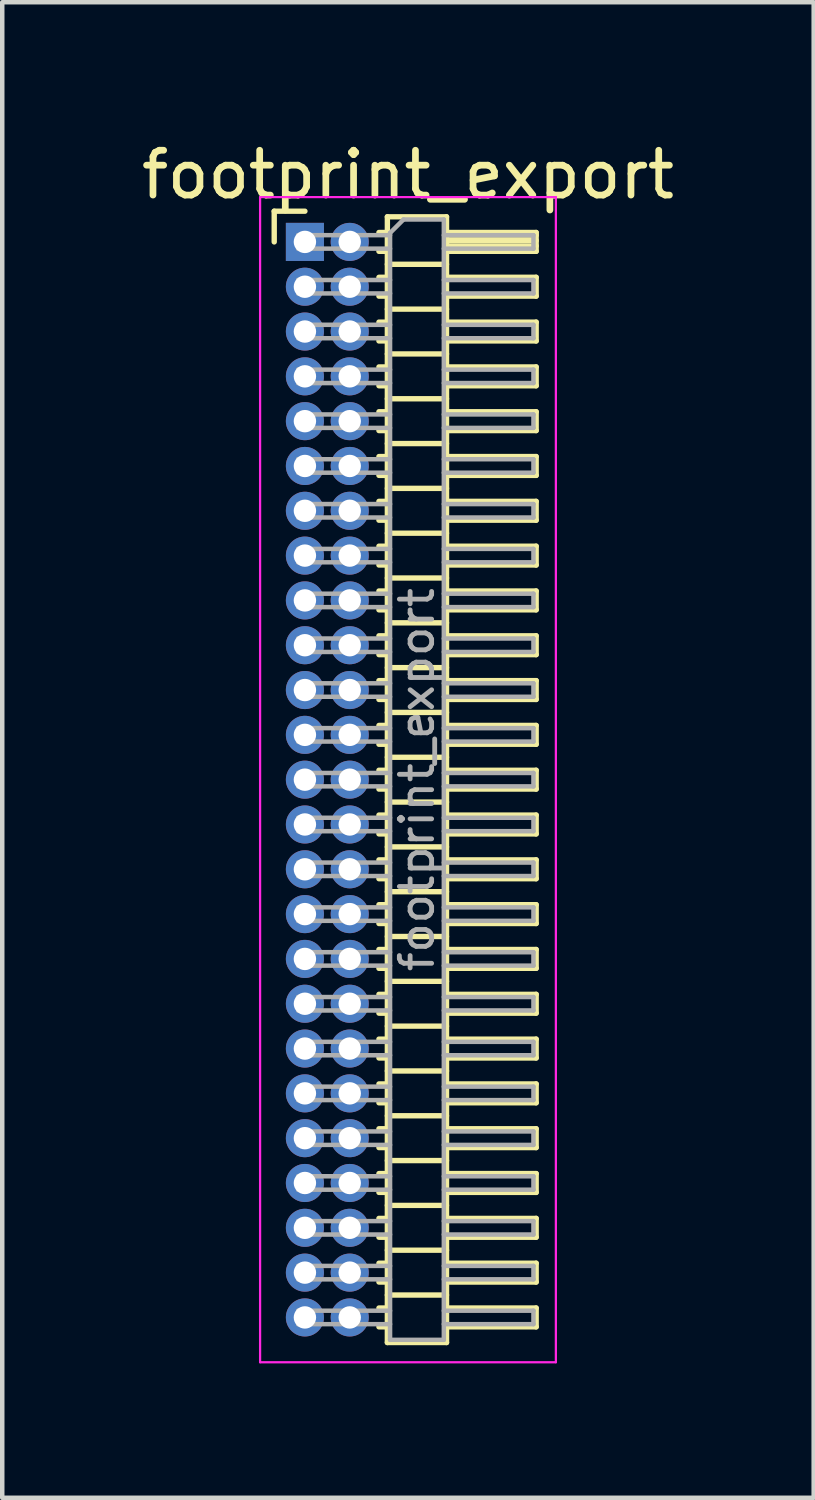
<source format=kicad_pcb>
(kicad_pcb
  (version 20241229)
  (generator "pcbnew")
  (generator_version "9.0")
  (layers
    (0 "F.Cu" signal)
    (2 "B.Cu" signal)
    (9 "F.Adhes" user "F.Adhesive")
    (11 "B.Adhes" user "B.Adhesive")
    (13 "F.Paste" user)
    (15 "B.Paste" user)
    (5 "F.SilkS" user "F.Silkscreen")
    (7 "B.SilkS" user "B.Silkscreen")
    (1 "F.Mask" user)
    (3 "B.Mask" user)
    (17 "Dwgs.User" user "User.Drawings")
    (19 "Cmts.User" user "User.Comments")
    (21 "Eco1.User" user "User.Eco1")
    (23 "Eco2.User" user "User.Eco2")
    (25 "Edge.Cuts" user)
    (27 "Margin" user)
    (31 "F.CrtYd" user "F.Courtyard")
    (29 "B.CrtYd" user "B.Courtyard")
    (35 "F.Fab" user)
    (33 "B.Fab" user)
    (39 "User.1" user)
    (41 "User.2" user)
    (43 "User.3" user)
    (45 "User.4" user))
  (footprint "footprint_export"
    (layer "F.Cu")
    (at 3.754 2.348)
    (property "Reference" "footprint_export" (at 2.3 -1.5 0) (layer "F.SilkS") (effects (font (size 1 1) (thickness 0.15))))
    (attr through_hole)
    (fp_line (start -0.685 -0.685) (end 0 -0.685) (stroke (width 0.12) (type solid)) (layer "F.SilkS"))
    (fp_line (start -0.685 0) (end -0.685 -0.685) (stroke (width 0.12) (type solid)) (layer "F.SilkS"))
    (fp_line (start 1.652 -0.21) (end 1.84 -0.21) (stroke (width 0.12) (type solid)) (layer "F.SilkS"))
    (fp_line (start 1.652 0.21) (end 1.84 0.21) (stroke (width 0.12) (type solid)) (layer "F.SilkS"))
    (fp_line (start 1.652 0.79) (end 1.84 0.79) (stroke (width 0.12) (type solid)) (layer "F.SilkS"))
    (fp_line (start 1.652 1.21) (end 1.84 1.21) (stroke (width 0.12) (type solid)) (layer "F.SilkS"))
    (fp_line (start 1.652 1.79) (end 1.84 1.79) (stroke (width 0.12) (type solid)) (layer "F.SilkS"))
    (fp_line (start 1.652 2.21) (end 1.84 2.21) (stroke (width 0.12) (type solid)) (layer "F.SilkS"))
    (fp_line (start 1.652 2.79) (end 1.84 2.79) (stroke (width 0.12) (type solid)) (layer "F.SilkS"))
    (fp_line (start 1.652 3.21) (end 1.84 3.21) (stroke (width 0.12) (type solid)) (layer "F.SilkS"))
    (fp_line (start 1.652 3.79) (end 1.84 3.79) (stroke (width 0.12) (type solid)) (layer "F.SilkS"))
    (fp_line (start 1.652 4.21) (end 1.84 4.21) (stroke (width 0.12) (type solid)) (layer "F.SilkS"))
    (fp_line (start 1.652 4.79) (end 1.84 4.79) (stroke (width 0.12) (type solid)) (layer "F.SilkS"))
    (fp_line (start 1.652 5.21) (end 1.84 5.21) (stroke (width 0.12) (type solid)) (layer "F.SilkS"))
    (fp_line (start 1.652 5.79) (end 1.84 5.79) (stroke (width 0.12) (type solid)) (layer "F.SilkS"))
    (fp_line (start 1.652 6.21) (end 1.84 6.21) (stroke (width 0.12) (type solid)) (layer "F.SilkS"))
    (fp_line (start 1.652 6.79) (end 1.84 6.79) (stroke (width 0.12) (type solid)) (layer "F.SilkS"))
    (fp_line (start 1.652 7.21) (end 1.84 7.21) (stroke (width 0.12) (type solid)) (layer "F.SilkS"))
    (fp_line (start 1.652 7.79) (end 1.84 7.79) (stroke (width 0.12) (type solid)) (layer "F.SilkS"))
    (fp_line (start 1.652 8.21) (end 1.84 8.21) (stroke (width 0.12) (type solid)) (layer "F.SilkS"))
    (fp_line (start 1.652 8.79) (end 1.84 8.79) (stroke (width 0.12) (type solid)) (layer "F.SilkS"))
    (fp_line (start 1.652 9.21) (end 1.84 9.21) (stroke (width 0.12) (type solid)) (layer "F.SilkS"))
    (fp_line (start 1.652 9.79) (end 1.84 9.79) (stroke (width 0.12) (type solid)) (layer "F.SilkS"))
    (fp_line (start 1.652 10.21) (end 1.84 10.21) (stroke (width 0.12) (type solid)) (layer "F.SilkS"))
    (fp_line (start 1.652 10.79) (end 1.84 10.79) (stroke (width 0.12) (type solid)) (layer "F.SilkS"))
    (fp_line (start 1.652 11.21) (end 1.84 11.21) (stroke (width 0.12) (type solid)) (layer "F.SilkS"))
    (fp_line (start 1.652 11.79) (end 1.84 11.79) (stroke (width 0.12) (type solid)) (layer "F.SilkS"))
    (fp_line (start 1.652 12.21) (end 1.84 12.21) (stroke (width 0.12) (type solid)) (layer "F.SilkS"))
    (fp_line (start 1.652 12.79) (end 1.84 12.79) (stroke (width 0.12) (type solid)) (layer "F.SilkS"))
    (fp_line (start 1.652 13.21) (end 1.84 13.21) (stroke (width 0.12) (type solid)) (layer "F.SilkS"))
    (fp_line (start 1.652 13.79) (end 1.84 13.79) (stroke (width 0.12) (type solid)) (layer "F.SilkS"))
    (fp_line (start 1.652 14.21) (end 1.84 14.21) (stroke (width 0.12) (type solid)) (layer "F.SilkS"))
    (fp_line (start 1.652 14.79) (end 1.84 14.79) (stroke (width 0.12) (type solid)) (layer "F.SilkS"))
    (fp_line (start 1.652 15.21) (end 1.84 15.21) (stroke (width 0.12) (type solid)) (layer "F.SilkS"))
    (fp_line (start 1.652 15.79) (end 1.84 15.79) (stroke (width 0.12) (type solid)) (layer "F.SilkS"))
    (fp_line (start 1.652 16.21) (end 1.84 16.21) (stroke (width 0.12) (type solid)) (layer "F.SilkS"))
    (fp_line (start 1.652 16.79) (end 1.84 16.79) (stroke (width 0.12) (type solid)) (layer "F.SilkS"))
    (fp_line (start 1.652 17.21) (end 1.84 17.21) (stroke (width 0.12) (type solid)) (layer "F.SilkS"))
    (fp_line (start 1.652 17.79) (end 1.84 17.79) (stroke (width 0.12) (type solid)) (layer "F.SilkS"))
    (fp_line (start 1.652 18.21) (end 1.84 18.21) (stroke (width 0.12) (type solid)) (layer "F.SilkS"))
    (fp_line (start 1.652 18.79) (end 1.84 18.79) (stroke (width 0.12) (type solid)) (layer "F.SilkS"))
    (fp_line (start 1.652 19.21) (end 1.84 19.21) (stroke (width 0.12) (type solid)) (layer "F.SilkS"))
    (fp_line (start 1.652 19.79) (end 1.84 19.79) (stroke (width 0.12) (type solid)) (layer "F.SilkS"))
    (fp_line (start 1.652 20.21) (end 1.84 20.21) (stroke (width 0.12) (type solid)) (layer "F.SilkS"))
    (fp_line (start 1.652 20.79) (end 1.84 20.79) (stroke (width 0.12) (type solid)) (layer "F.SilkS"))
    (fp_line (start 1.652 21.21) (end 1.84 21.21) (stroke (width 0.12) (type solid)) (layer "F.SilkS"))
    (fp_line (start 1.652 21.79) (end 1.84 21.79) (stroke (width 0.12) (type solid)) (layer "F.SilkS"))
    (fp_line (start 1.652 22.21) (end 1.84 22.21) (stroke (width 0.12) (type solid)) (layer "F.SilkS"))
    (fp_line (start 1.652 22.79) (end 1.84 22.79) (stroke (width 0.12) (type solid)) (layer "F.SilkS"))
    (fp_line (start 1.652 23.21) (end 1.84 23.21) (stroke (width 0.12) (type solid)) (layer "F.SilkS"))
    (fp_line (start 1.652 23.79) (end 1.84 23.79) (stroke (width 0.12) (type solid)) (layer "F.SilkS"))
    (fp_line (start 1.652 24.21) (end 1.84 24.21) (stroke (width 0.12) (type solid)) (layer "F.SilkS"))
    (fp_line (start 1.84 -0.56) (end 1.84 24.56) (stroke (width 0.12) (type solid)) (layer "F.SilkS"))
    (fp_line (start 1.84 0.5) (end 3.16 0.5) (stroke (width 0.12) (type solid)) (layer "F.SilkS"))
    (fp_line (start 1.84 1.5) (end 3.16 1.5) (stroke (width 0.12) (type solid)) (layer "F.SilkS"))
    (fp_line (start 1.84 2.5) (end 3.16 2.5) (stroke (width 0.12) (type solid)) (layer "F.SilkS"))
    (fp_line (start 1.84 3.5) (end 3.16 3.5) (stroke (width 0.12) (type solid)) (layer "F.SilkS"))
    (fp_line (start 1.84 4.5) (end 3.16 4.5) (stroke (width 0.12) (type solid)) (layer "F.SilkS"))
    (fp_line (start 1.84 5.5) (end 3.16 5.5) (stroke (width 0.12) (type solid)) (layer "F.SilkS"))
    (fp_line (start 1.84 6.5) (end 3.16 6.5) (stroke (width 0.12) (type solid)) (layer "F.SilkS"))
    (fp_line (start 1.84 7.5) (end 3.16 7.5) (stroke (width 0.12) (type solid)) (layer "F.SilkS"))
    (fp_line (start 1.84 8.5) (end 3.16 8.5) (stroke (width 0.12) (type solid)) (layer "F.SilkS"))
    (fp_line (start 1.84 9.5) (end 3.16 9.5) (stroke (width 0.12) (type solid)) (layer "F.SilkS"))
    (fp_line (start 1.84 10.5) (end 3.16 10.5) (stroke (width 0.12) (type solid)) (layer "F.SilkS"))
    (fp_line (start 1.84 11.5) (end 3.16 11.5) (stroke (width 0.12) (type solid)) (layer "F.SilkS"))
    (fp_line (start 1.84 12.5) (end 3.16 12.5) (stroke (width 0.12) (type solid)) (layer "F.SilkS"))
    (fp_line (start 1.84 13.5) (end 3.16 13.5) (stroke (width 0.12) (type solid)) (layer "F.SilkS"))
    (fp_line (start 1.84 14.5) (end 3.16 14.5) (stroke (width 0.12) (type solid)) (layer "F.SilkS"))
    (fp_line (start 1.84 15.5) (end 3.16 15.5) (stroke (width 0.12) (type solid)) (layer "F.SilkS"))
    (fp_line (start 1.84 16.5) (end 3.16 16.5) (stroke (width 0.12) (type solid)) (layer "F.SilkS"))
    (fp_line (start 1.84 17.5) (end 3.16 17.5) (stroke (width 0.12) (type solid)) (layer "F.SilkS"))
    (fp_line (start 1.84 18.5) (end 3.16 18.5) (stroke (width 0.12) (type solid)) (layer "F.SilkS"))
    (fp_line (start 1.84 19.5) (end 3.16 19.5) (stroke (width 0.12) (type solid)) (layer "F.SilkS"))
    (fp_line (start 1.84 20.5) (end 3.16 20.5) (stroke (width 0.12) (type solid)) (layer "F.SilkS"))
    (fp_line (start 1.84 21.5) (end 3.16 21.5) (stroke (width 0.12) (type solid)) (layer "F.SilkS"))
    (fp_line (start 1.84 22.5) (end 3.16 22.5) (stroke (width 0.12) (type solid)) (layer "F.SilkS"))
    (fp_line (start 1.84 23.5) (end 3.16 23.5) (stroke (width 0.12) (type solid)) (layer "F.SilkS"))
    (fp_line (start 1.84 24.56) (end 3.16 24.56) (stroke (width 0.12) (type solid)) (layer "F.SilkS"))
    (fp_line (start 3.16 -0.56) (end 1.84 -0.56) (stroke (width 0.12) (type solid)) (layer "F.SilkS"))
    (fp_line (start 3.16 -0.21) (end 5.16 -0.21) (stroke (width 0.12) (type solid)) (layer "F.SilkS"))
    (fp_line (start 3.16 -0.15) (end 5.16 -0.15) (stroke (width 0.12) (type solid)) (layer "F.SilkS"))
    (fp_line (start 3.16 -0.03) (end 5.16 -0.03) (stroke (width 0.12) (type solid)) (layer "F.SilkS"))
    (fp_line (start 3.16 0.09) (end 5.16 0.09) (stroke (width 0.12) (type solid)) (layer "F.SilkS"))
    (fp_line (start 3.16 0.79) (end 5.16 0.79) (stroke (width 0.12) (type solid)) (layer "F.SilkS"))
    (fp_line (start 3.16 1.79) (end 5.16 1.79) (stroke (width 0.12) (type solid)) (layer "F.SilkS"))
    (fp_line (start 3.16 2.79) (end 5.16 2.79) (stroke (width 0.12) (type solid)) (layer "F.SilkS"))
    (fp_line (start 3.16 3.79) (end 5.16 3.79) (stroke (width 0.12) (type solid)) (layer "F.SilkS"))
    (fp_line (start 3.16 4.79) (end 5.16 4.79) (stroke (width 0.12) (type solid)) (layer "F.SilkS"))
    (fp_line (start 3.16 5.79) (end 5.16 5.79) (stroke (width 0.12) (type solid)) (layer "F.SilkS"))
    (fp_line (start 3.16 6.79) (end 5.16 6.79) (stroke (width 0.12) (type solid)) (layer "F.SilkS"))
    (fp_line (start 3.16 7.79) (end 5.16 7.79) (stroke (width 0.12) (type solid)) (layer "F.SilkS"))
    (fp_line (start 3.16 8.79) (end 5.16 8.79) (stroke (width 0.12) (type solid)) (layer "F.SilkS"))
    (fp_line (start 3.16 9.79) (end 5.16 9.79) (stroke (width 0.12) (type solid)) (layer "F.SilkS"))
    (fp_line (start 3.16 10.79) (end 5.16 10.79) (stroke (width 0.12) (type solid)) (layer "F.SilkS"))
    (fp_line (start 3.16 11.79) (end 5.16 11.79) (stroke (width 0.12) (type solid)) (layer "F.SilkS"))
    (fp_line (start 3.16 12.79) (end 5.16 12.79) (stroke (width 0.12) (type solid)) (layer "F.SilkS"))
    (fp_line (start 3.16 13.79) (end 5.16 13.79) (stroke (width 0.12) (type solid)) (layer "F.SilkS"))
    (fp_line (start 3.16 14.79) (end 5.16 14.79) (stroke (width 0.12) (type solid)) (layer "F.SilkS"))
    (fp_line (start 3.16 15.79) (end 5.16 15.79) (stroke (width 0.12) (type solid)) (layer "F.SilkS"))
    (fp_line (start 3.16 16.79) (end 5.16 16.79) (stroke (width 0.12) (type solid)) (layer "F.SilkS"))
    (fp_line (start 3.16 17.79) (end 5.16 17.79) (stroke (width 0.12) (type solid)) (layer "F.SilkS"))
    (fp_line (start 3.16 18.79) (end 5.16 18.79) (stroke (width 0.12) (type solid)) (layer "F.SilkS"))
    (fp_line (start 3.16 19.79) (end 5.16 19.79) (stroke (width 0.12) (type solid)) (layer "F.SilkS"))
    (fp_line (start 3.16 20.79) (end 5.16 20.79) (stroke (width 0.12) (type solid)) (layer "F.SilkS"))
    (fp_line (start 3.16 21.79) (end 5.16 21.79) (stroke (width 0.12) (type solid)) (layer "F.SilkS"))
    (fp_line (start 3.16 22.79) (end 5.16 22.79) (stroke (width 0.12) (type solid)) (layer "F.SilkS"))
    (fp_line (start 3.16 23.79) (end 5.16 23.79) (stroke (width 0.12) (type solid)) (layer "F.SilkS"))
    (fp_line (start 3.16 24.56) (end 3.16 -0.56) (stroke (width 0.12) (type solid)) (layer "F.SilkS"))
    (fp_line (start 5.16 -0.21) (end 5.16 0.21) (stroke (width 0.12) (type solid)) (layer "F.SilkS"))
    (fp_line (start 5.16 0.21) (end 3.16 0.21) (stroke (width 0.12) (type solid)) (layer "F.SilkS"))
    (fp_line (start 5.16 0.79) (end 5.16 1.21) (stroke (width 0.12) (type solid)) (layer "F.SilkS"))
    (fp_line (start 5.16 1.21) (end 3.16 1.21) (stroke (width 0.12) (type solid)) (layer "F.SilkS"))
    (fp_line (start 5.16 1.79) (end 5.16 2.21) (stroke (width 0.12) (type solid)) (layer "F.SilkS"))
    (fp_line (start 5.16 2.21) (end 3.16 2.21) (stroke (width 0.12) (type solid)) (layer "F.SilkS"))
    (fp_line (start 5.16 2.79) (end 5.16 3.21) (stroke (width 0.12) (type solid)) (layer "F.SilkS"))
    (fp_line (start 5.16 3.21) (end 3.16 3.21) (stroke (width 0.12) (type solid)) (layer "F.SilkS"))
    (fp_line (start 5.16 3.79) (end 5.16 4.21) (stroke (width 0.12) (type solid)) (layer "F.SilkS"))
    (fp_line (start 5.16 4.21) (end 3.16 4.21) (stroke (width 0.12) (type solid)) (layer "F.SilkS"))
    (fp_line (start 5.16 4.79) (end 5.16 5.21) (stroke (width 0.12) (type solid)) (layer "F.SilkS"))
    (fp_line (start 5.16 5.21) (end 3.16 5.21) (stroke (width 0.12) (type solid)) (layer "F.SilkS"))
    (fp_line (start 5.16 5.79) (end 5.16 6.21) (stroke (width 0.12) (type solid)) (layer "F.SilkS"))
    (fp_line (start 5.16 6.21) (end 3.16 6.21) (stroke (width 0.12) (type solid)) (layer "F.SilkS"))
    (fp_line (start 5.16 6.79) (end 5.16 7.21) (stroke (width 0.12) (type solid)) (layer "F.SilkS"))
    (fp_line (start 5.16 7.21) (end 3.16 7.21) (stroke (width 0.12) (type solid)) (layer "F.SilkS"))
    (fp_line (start 5.16 7.79) (end 5.16 8.21) (stroke (width 0.12) (type solid)) (layer "F.SilkS"))
    (fp_line (start 5.16 8.21) (end 3.16 8.21) (stroke (width 0.12) (type solid)) (layer "F.SilkS"))
    (fp_line (start 5.16 8.79) (end 5.16 9.21) (stroke (width 0.12) (type solid)) (layer "F.SilkS"))
    (fp_line (start 5.16 9.21) (end 3.16 9.21) (stroke (width 0.12) (type solid)) (layer "F.SilkS"))
    (fp_line (start 5.16 9.79) (end 5.16 10.21) (stroke (width 0.12) (type solid)) (layer "F.SilkS"))
    (fp_line (start 5.16 10.21) (end 3.16 10.21) (stroke (width 0.12) (type solid)) (layer "F.SilkS"))
    (fp_line (start 5.16 10.79) (end 5.16 11.21) (stroke (width 0.12) (type solid)) (layer "F.SilkS"))
    (fp_line (start 5.16 11.21) (end 3.16 11.21) (stroke (width 0.12) (type solid)) (layer "F.SilkS"))
    (fp_line (start 5.16 11.79) (end 5.16 12.21) (stroke (width 0.12) (type solid)) (layer "F.SilkS"))
    (fp_line (start 5.16 12.21) (end 3.16 12.21) (stroke (width 0.12) (type solid)) (layer "F.SilkS"))
    (fp_line (start 5.16 12.79) (end 5.16 13.21) (stroke (width 0.12) (type solid)) (layer "F.SilkS"))
    (fp_line (start 5.16 13.21) (end 3.16 13.21) (stroke (width 0.12) (type solid)) (layer "F.SilkS"))
    (fp_line (start 5.16 13.79) (end 5.16 14.21) (stroke (width 0.12) (type solid)) (layer "F.SilkS"))
    (fp_line (start 5.16 14.21) (end 3.16 14.21) (stroke (width 0.12) (type solid)) (layer "F.SilkS"))
    (fp_line (start 5.16 14.79) (end 5.16 15.21) (stroke (width 0.12) (type solid)) (layer "F.SilkS"))
    (fp_line (start 5.16 15.21) (end 3.16 15.21) (stroke (width 0.12) (type solid)) (layer "F.SilkS"))
    (fp_line (start 5.16 15.79) (end 5.16 16.21) (stroke (width 0.12) (type solid)) (layer "F.SilkS"))
    (fp_line (start 5.16 16.21) (end 3.16 16.21) (stroke (width 0.12) (type solid)) (layer "F.SilkS"))
    (fp_line (start 5.16 16.79) (end 5.16 17.21) (stroke (width 0.12) (type solid)) (layer "F.SilkS"))
    (fp_line (start 5.16 17.21) (end 3.16 17.21) (stroke (width 0.12) (type solid)) (layer "F.SilkS"))
    (fp_line (start 5.16 17.79) (end 5.16 18.21) (stroke (width 0.12) (type solid)) (layer "F.SilkS"))
    (fp_line (start 5.16 18.21) (end 3.16 18.21) (stroke (width 0.12) (type solid)) (layer "F.SilkS"))
    (fp_line (start 5.16 18.79) (end 5.16 19.21) (stroke (width 0.12) (type solid)) (layer "F.SilkS"))
    (fp_line (start 5.16 19.21) (end 3.16 19.21) (stroke (width 0.12) (type solid)) (layer "F.SilkS"))
    (fp_line (start 5.16 19.79) (end 5.16 20.21) (stroke (width 0.12) (type solid)) (layer "F.SilkS"))
    (fp_line (start 5.16 20.21) (end 3.16 20.21) (stroke (width 0.12) (type solid)) (layer "F.SilkS"))
    (fp_line (start 5.16 20.79) (end 5.16 21.21) (stroke (width 0.12) (type solid)) (layer "F.SilkS"))
    (fp_line (start 5.16 21.21) (end 3.16 21.21) (stroke (width 0.12) (type solid)) (layer "F.SilkS"))
    (fp_line (start 5.16 21.79) (end 5.16 22.21) (stroke (width 0.12) (type solid)) (layer "F.SilkS"))
    (fp_line (start 5.16 22.21) (end 3.16 22.21) (stroke (width 0.12) (type solid)) (layer "F.SilkS"))
    (fp_line (start 5.16 22.79) (end 5.16 23.21) (stroke (width 0.12) (type solid)) (layer "F.SilkS"))
    (fp_line (start 5.16 23.21) (end 3.16 23.21) (stroke (width 0.12) (type solid)) (layer "F.SilkS"))
    (fp_line (start 5.16 23.79) (end 5.16 24.21) (stroke (width 0.12) (type solid)) (layer "F.SilkS"))
    (fp_line (start 5.16 24.21) (end 3.16 24.21) (stroke (width 0.12) (type solid)) (layer "F.SilkS"))
    (fp_line (start -1 -1) (end -1 25) (stroke (width 0.05) (type solid)) (layer "F.CrtYd"))
    (fp_line (start -1 25) (end 5.6 25) (stroke (width 0.05) (type solid)) (layer "F.CrtYd"))
    (fp_line (start 5.6 -1) (end -1 -1) (stroke (width 0.05) (type solid)) (layer "F.CrtYd"))
    (fp_line (start 5.6 25) (end 5.6 -1) (stroke (width 0.05) (type solid)) (layer "F.CrtYd"))
    (fp_line (start -0.15 -0.15) (end -0.15 0.15) (stroke (width 0.1) (type solid)) (layer "F.Fab"))
    (fp_line (start -0.15 -0.15) (end 1.9 -0.15) (stroke (width 0.1) (type solid)) (layer "F.Fab"))
    (fp_line (start -0.15 0.15) (end 1.9 0.15) (stroke (width 0.1) (type solid)) (layer "F.Fab"))
    (fp_line (start -0.15 0.85) (end -0.15 1.15) (stroke (width 0.1) (type solid)) (layer "F.Fab"))
    (fp_line (start -0.15 0.85) (end 1.9 0.85) (stroke (width 0.1) (type solid)) (layer "F.Fab"))
    (fp_line (start -0.15 1.15) (end 1.9 1.15) (stroke (width 0.1) (type solid)) (layer "F.Fab"))
    (fp_line (start -0.15 1.85) (end -0.15 2.15) (stroke (width 0.1) (type solid)) (layer "F.Fab"))
    (fp_line (start -0.15 1.85) (end 1.9 1.85) (stroke (width 0.1) (type solid)) (layer "F.Fab"))
    (fp_line (start -0.15 2.15) (end 1.9 2.15) (stroke (width 0.1) (type solid)) (layer "F.Fab"))
    (fp_line (start -0.15 2.85) (end -0.15 3.15) (stroke (width 0.1) (type solid)) (layer "F.Fab"))
    (fp_line (start -0.15 2.85) (end 1.9 2.85) (stroke (width 0.1) (type solid)) (layer "F.Fab"))
    (fp_line (start -0.15 3.15) (end 1.9 3.15) (stroke (width 0.1) (type solid)) (layer "F.Fab"))
    (fp_line (start -0.15 3.85) (end -0.15 4.15) (stroke (width 0.1) (type solid)) (layer "F.Fab"))
    (fp_line (start -0.15 3.85) (end 1.9 3.85) (stroke (width 0.1) (type solid)) (layer "F.Fab"))
    (fp_line (start -0.15 4.15) (end 1.9 4.15) (stroke (width 0.1) (type solid)) (layer "F.Fab"))
    (fp_line (start -0.15 4.85) (end -0.15 5.15) (stroke (width 0.1) (type solid)) (layer "F.Fab"))
    (fp_line (start -0.15 4.85) (end 1.9 4.85) (stroke (width 0.1) (type solid)) (layer "F.Fab"))
    (fp_line (start -0.15 5.15) (end 1.9 5.15) (stroke (width 0.1) (type solid)) (layer "F.Fab"))
    (fp_line (start -0.15 5.85) (end -0.15 6.15) (stroke (width 0.1) (type solid)) (layer "F.Fab"))
    (fp_line (start -0.15 5.85) (end 1.9 5.85) (stroke (width 0.1) (type solid)) (layer "F.Fab"))
    (fp_line (start -0.15 6.15) (end 1.9 6.15) (stroke (width 0.1) (type solid)) (layer "F.Fab"))
    (fp_line (start -0.15 6.85) (end -0.15 7.15) (stroke (width 0.1) (type solid)) (layer "F.Fab"))
    (fp_line (start -0.15 6.85) (end 1.9 6.85) (stroke (width 0.1) (type solid)) (layer "F.Fab"))
    (fp_line (start -0.15 7.15) (end 1.9 7.15) (stroke (width 0.1) (type solid)) (layer "F.Fab"))
    (fp_line (start -0.15 7.85) (end -0.15 8.15) (stroke (width 0.1) (type solid)) (layer "F.Fab"))
    (fp_line (start -0.15 7.85) (end 1.9 7.85) (stroke (width 0.1) (type solid)) (layer "F.Fab"))
    (fp_line (start -0.15 8.15) (end 1.9 8.15) (stroke (width 0.1) (type solid)) (layer "F.Fab"))
    (fp_line (start -0.15 8.85) (end -0.15 9.15) (stroke (width 0.1) (type solid)) (layer "F.Fab"))
    (fp_line (start -0.15 8.85) (end 1.9 8.85) (stroke (width 0.1) (type solid)) (layer "F.Fab"))
    (fp_line (start -0.15 9.15) (end 1.9 9.15) (stroke (width 0.1) (type solid)) (layer "F.Fab"))
    (fp_line (start -0.15 9.85) (end -0.15 10.15) (stroke (width 0.1) (type solid)) (layer "F.Fab"))
    (fp_line (start -0.15 9.85) (end 1.9 9.85) (stroke (width 0.1) (type solid)) (layer "F.Fab"))
    (fp_line (start -0.15 10.15) (end 1.9 10.15) (stroke (width 0.1) (type solid)) (layer "F.Fab"))
    (fp_line (start -0.15 10.85) (end -0.15 11.15) (stroke (width 0.1) (type solid)) (layer "F.Fab"))
    (fp_line (start -0.15 10.85) (end 1.9 10.85) (stroke (width 0.1) (type solid)) (layer "F.Fab"))
    (fp_line (start -0.15 11.15) (end 1.9 11.15) (stroke (width 0.1) (type solid)) (layer "F.Fab"))
    (fp_line (start -0.15 11.85) (end -0.15 12.15) (stroke (width 0.1) (type solid)) (layer "F.Fab"))
    (fp_line (start -0.15 11.85) (end 1.9 11.85) (stroke (width 0.1) (type solid)) (layer "F.Fab"))
    (fp_line (start -0.15 12.15) (end 1.9 12.15) (stroke (width 0.1) (type solid)) (layer "F.Fab"))
    (fp_line (start -0.15 12.85) (end -0.15 13.15) (stroke (width 0.1) (type solid)) (layer "F.Fab"))
    (fp_line (start -0.15 12.85) (end 1.9 12.85) (stroke (width 0.1) (type solid)) (layer "F.Fab"))
    (fp_line (start -0.15 13.15) (end 1.9 13.15) (stroke (width 0.1) (type solid)) (layer "F.Fab"))
    (fp_line (start -0.15 13.85) (end -0.15 14.15) (stroke (width 0.1) (type solid)) (layer "F.Fab"))
    (fp_line (start -0.15 13.85) (end 1.9 13.85) (stroke (width 0.1) (type solid)) (layer "F.Fab"))
    (fp_line (start -0.15 14.15) (end 1.9 14.15) (stroke (width 0.1) (type solid)) (layer "F.Fab"))
    (fp_line (start -0.15 14.85) (end -0.15 15.15) (stroke (width 0.1) (type solid)) (layer "F.Fab"))
    (fp_line (start -0.15 14.85) (end 1.9 14.85) (stroke (width 0.1) (type solid)) (layer "F.Fab"))
    (fp_line (start -0.15 15.15) (end 1.9 15.15) (stroke (width 0.1) (type solid)) (layer "F.Fab"))
    (fp_line (start -0.15 15.85) (end -0.15 16.15) (stroke (width 0.1) (type solid)) (layer "F.Fab"))
    (fp_line (start -0.15 15.85) (end 1.9 15.85) (stroke (width 0.1) (type solid)) (layer "F.Fab"))
    (fp_line (start -0.15 16.15) (end 1.9 16.15) (stroke (width 0.1) (type solid)) (layer "F.Fab"))
    (fp_line (start -0.15 16.85) (end -0.15 17.15) (stroke (width 0.1) (type solid)) (layer "F.Fab"))
    (fp_line (start -0.15 16.85) (end 1.9 16.85) (stroke (width 0.1) (type solid)) (layer "F.Fab"))
    (fp_line (start -0.15 17.15) (end 1.9 17.15) (stroke (width 0.1) (type solid)) (layer "F.Fab"))
    (fp_line (start -0.15 17.85) (end -0.15 18.15) (stroke (width 0.1) (type solid)) (layer "F.Fab"))
    (fp_line (start -0.15 17.85) (end 1.9 17.85) (stroke (width 0.1) (type solid)) (layer "F.Fab"))
    (fp_line (start -0.15 18.15) (end 1.9 18.15) (stroke (width 0.1) (type solid)) (layer "F.Fab"))
    (fp_line (start -0.15 18.85) (end -0.15 19.15) (stroke (width 0.1) (type solid)) (layer "F.Fab"))
    (fp_line (start -0.15 18.85) (end 1.9 18.85) (stroke (width 0.1) (type solid)) (layer "F.Fab"))
    (fp_line (start -0.15 19.15) (end 1.9 19.15) (stroke (width 0.1) (type solid)) (layer "F.Fab"))
    (fp_line (start -0.15 19.85) (end -0.15 20.15) (stroke (width 0.1) (type solid)) (layer "F.Fab"))
    (fp_line (start -0.15 19.85) (end 1.9 19.85) (stroke (width 0.1) (type solid)) (layer "F.Fab"))
    (fp_line (start -0.15 20.15) (end 1.9 20.15) (stroke (width 0.1) (type solid)) (layer "F.Fab"))
    (fp_line (start -0.15 20.85) (end -0.15 21.15) (stroke (width 0.1) (type solid)) (layer "F.Fab"))
    (fp_line (start -0.15 20.85) (end 1.9 20.85) (stroke (width 0.1) (type solid)) (layer "F.Fab"))
    (fp_line (start -0.15 21.15) (end 1.9 21.15) (stroke (width 0.1) (type solid)) (layer "F.Fab"))
    (fp_line (start -0.15 21.85) (end -0.15 22.15) (stroke (width 0.1) (type solid)) (layer "F.Fab"))
    (fp_line (start -0.15 21.85) (end 1.9 21.85) (stroke (width 0.1) (type solid)) (layer "F.Fab"))
    (fp_line (start -0.15 22.15) (end 1.9 22.15) (stroke (width 0.1) (type solid)) (layer "F.Fab"))
    (fp_line (start -0.15 22.85) (end -0.15 23.15) (stroke (width 0.1) (type solid)) (layer "F.Fab"))
    (fp_line (start -0.15 22.85) (end 1.9 22.85) (stroke (width 0.1) (type solid)) (layer "F.Fab"))
    (fp_line (start -0.15 23.15) (end 1.9 23.15) (stroke (width 0.1) (type solid)) (layer "F.Fab"))
    (fp_line (start -0.15 23.85) (end -0.15 24.15) (stroke (width 0.1) (type solid)) (layer "F.Fab"))
    (fp_line (start -0.15 23.85) (end 1.9 23.85) (stroke (width 0.1) (type solid)) (layer "F.Fab"))
    (fp_line (start -0.15 24.15) (end 1.9 24.15) (stroke (width 0.1) (type solid)) (layer "F.Fab"))
    (fp_line (start 1.9 -0.2) (end 2.2 -0.5) (stroke (width 0.1) (type solid)) (layer "F.Fab"))
    (fp_line (start 1.9 24.5) (end 1.9 -0.2) (stroke (width 0.1) (type solid)) (layer "F.Fab"))
    (fp_line (start 2.2 -0.5) (end 3.1 -0.5) (stroke (width 0.1) (type solid)) (layer "F.Fab"))
    (fp_line (start 3.1 -0.5) (end 3.1 24.5) (stroke (width 0.1) (type solid)) (layer "F.Fab"))
    (fp_line (start 3.1 -0.15) (end 5.1 -0.15) (stroke (width 0.1) (type solid)) (layer "F.Fab"))
    (fp_line (start 3.1 0.15) (end 5.1 0.15) (stroke (width 0.1) (type solid)) (layer "F.Fab"))
    (fp_line (start 3.1 0.85) (end 5.1 0.85) (stroke (width 0.1) (type solid)) (layer "F.Fab"))
    (fp_line (start 3.1 1.15) (end 5.1 1.15) (stroke (width 0.1) (type solid)) (layer "F.Fab"))
    (fp_line (start 3.1 1.85) (end 5.1 1.85) (stroke (width 0.1) (type solid)) (layer "F.Fab"))
    (fp_line (start 3.1 2.15) (end 5.1 2.15) (stroke (width 0.1) (type solid)) (layer "F.Fab"))
    (fp_line (start 3.1 2.85) (end 5.1 2.85) (stroke (width 0.1) (type solid)) (layer "F.Fab"))
    (fp_line (start 3.1 3.15) (end 5.1 3.15) (stroke (width 0.1) (type solid)) (layer "F.Fab"))
    (fp_line (start 3.1 3.85) (end 5.1 3.85) (stroke (width 0.1) (type solid)) (layer "F.Fab"))
    (fp_line (start 3.1 4.15) (end 5.1 4.15) (stroke (width 0.1) (type solid)) (layer "F.Fab"))
    (fp_line (start 3.1 4.85) (end 5.1 4.85) (stroke (width 0.1) (type solid)) (layer "F.Fab"))
    (fp_line (start 3.1 5.15) (end 5.1 5.15) (stroke (width 0.1) (type solid)) (layer "F.Fab"))
    (fp_line (start 3.1 5.85) (end 5.1 5.85) (stroke (width 0.1) (type solid)) (layer "F.Fab"))
    (fp_line (start 3.1 6.15) (end 5.1 6.15) (stroke (width 0.1) (type solid)) (layer "F.Fab"))
    (fp_line (start 3.1 6.85) (end 5.1 6.85) (stroke (width 0.1) (type solid)) (layer "F.Fab"))
    (fp_line (start 3.1 7.15) (end 5.1 7.15) (stroke (width 0.1) (type solid)) (layer "F.Fab"))
    (fp_line (start 3.1 7.85) (end 5.1 7.85) (stroke (width 0.1) (type solid)) (layer "F.Fab"))
    (fp_line (start 3.1 8.15) (end 5.1 8.15) (stroke (width 0.1) (type solid)) (layer "F.Fab"))
    (fp_line (start 3.1 8.85) (end 5.1 8.85) (stroke (width 0.1) (type solid)) (layer "F.Fab"))
    (fp_line (start 3.1 9.15) (end 5.1 9.15) (stroke (width 0.1) (type solid)) (layer "F.Fab"))
    (fp_line (start 3.1 9.85) (end 5.1 9.85) (stroke (width 0.1) (type solid)) (layer "F.Fab"))
    (fp_line (start 3.1 10.15) (end 5.1 10.15) (stroke (width 0.1) (type solid)) (layer "F.Fab"))
    (fp_line (start 3.1 10.85) (end 5.1 10.85) (stroke (width 0.1) (type solid)) (layer "F.Fab"))
    (fp_line (start 3.1 11.15) (end 5.1 11.15) (stroke (width 0.1) (type solid)) (layer "F.Fab"))
    (fp_line (start 3.1 11.85) (end 5.1 11.85) (stroke (width 0.1) (type solid)) (layer "F.Fab"))
    (fp_line (start 3.1 12.15) (end 5.1 12.15) (stroke (width 0.1) (type solid)) (layer "F.Fab"))
    (fp_line (start 3.1 12.85) (end 5.1 12.85) (stroke (width 0.1) (type solid)) (layer "F.Fab"))
    (fp_line (start 3.1 13.15) (end 5.1 13.15) (stroke (width 0.1) (type solid)) (layer "F.Fab"))
    (fp_line (start 3.1 13.85) (end 5.1 13.85) (stroke (width 0.1) (type solid)) (layer "F.Fab"))
    (fp_line (start 3.1 14.15) (end 5.1 14.15) (stroke (width 0.1) (type solid)) (layer "F.Fab"))
    (fp_line (start 3.1 14.85) (end 5.1 14.85) (stroke (width 0.1) (type solid)) (layer "F.Fab"))
    (fp_line (start 3.1 15.15) (end 5.1 15.15) (stroke (width 0.1) (type solid)) (layer "F.Fab"))
    (fp_line (start 3.1 15.85) (end 5.1 15.85) (stroke (width 0.1) (type solid)) (layer "F.Fab"))
    (fp_line (start 3.1 16.15) (end 5.1 16.15) (stroke (width 0.1) (type solid)) (layer "F.Fab"))
    (fp_line (start 3.1 16.85) (end 5.1 16.85) (stroke (width 0.1) (type solid)) (layer "F.Fab"))
    (fp_line (start 3.1 17.15) (end 5.1 17.15) (stroke (width 0.1) (type solid)) (layer "F.Fab"))
    (fp_line (start 3.1 17.85) (end 5.1 17.85) (stroke (width 0.1) (type solid)) (layer "F.Fab"))
    (fp_line (start 3.1 18.15) (end 5.1 18.15) (stroke (width 0.1) (type solid)) (layer "F.Fab"))
    (fp_line (start 3.1 18.85) (end 5.1 18.85) (stroke (width 0.1) (type solid)) (layer "F.Fab"))
    (fp_line (start 3.1 19.15) (end 5.1 19.15) (stroke (width 0.1) (type solid)) (layer "F.Fab"))
    (fp_line (start 3.1 19.85) (end 5.1 19.85) (stroke (width 0.1) (type solid)) (layer "F.Fab"))
    (fp_line (start 3.1 20.15) (end 5.1 20.15) (stroke (width 0.1) (type solid)) (layer "F.Fab"))
    (fp_line (start 3.1 20.85) (end 5.1 20.85) (stroke (width 0.1) (type solid)) (layer "F.Fab"))
    (fp_line (start 3.1 21.15) (end 5.1 21.15) (stroke (width 0.1) (type solid)) (layer "F.Fab"))
    (fp_line (start 3.1 21.85) (end 5.1 21.85) (stroke (width 0.1) (type solid)) (layer "F.Fab"))
    (fp_line (start 3.1 22.15) (end 5.1 22.15) (stroke (width 0.1) (type solid)) (layer "F.Fab"))
    (fp_line (start 3.1 22.85) (end 5.1 22.85) (stroke (width 0.1) (type solid)) (layer "F.Fab"))
    (fp_line (start 3.1 23.15) (end 5.1 23.15) (stroke (width 0.1) (type solid)) (layer "F.Fab"))
    (fp_line (start 3.1 23.85) (end 5.1 23.85) (stroke (width 0.1) (type solid)) (layer "F.Fab"))
    (fp_line (start 3.1 24.15) (end 5.1 24.15) (stroke (width 0.1) (type solid)) (layer "F.Fab"))
    (fp_line (start 3.1 24.5) (end 1.9 24.5) (stroke (width 0.1) (type solid)) (layer "F.Fab"))
    (fp_line (start 5.1 -0.15) (end 5.1 0.15) (stroke (width 0.1) (type solid)) (layer "F.Fab"))
    (fp_line (start 5.1 0.85) (end 5.1 1.15) (stroke (width 0.1) (type solid)) (layer "F.Fab"))
    (fp_line (start 5.1 1.85) (end 5.1 2.15) (stroke (width 0.1) (type solid)) (layer "F.Fab"))
    (fp_line (start 5.1 2.85) (end 5.1 3.15) (stroke (width 0.1) (type solid)) (layer "F.Fab"))
    (fp_line (start 5.1 3.85) (end 5.1 4.15) (stroke (width 0.1) (type solid)) (layer "F.Fab"))
    (fp_line (start 5.1 4.85) (end 5.1 5.15) (stroke (width 0.1) (type solid)) (layer "F.Fab"))
    (fp_line (start 5.1 5.85) (end 5.1 6.15) (stroke (width 0.1) (type solid)) (layer "F.Fab"))
    (fp_line (start 5.1 6.85) (end 5.1 7.15) (stroke (width 0.1) (type solid)) (layer "F.Fab"))
    (fp_line (start 5.1 7.85) (end 5.1 8.15) (stroke (width 0.1) (type solid)) (layer "F.Fab"))
    (fp_line (start 5.1 8.85) (end 5.1 9.15) (stroke (width 0.1) (type solid)) (layer "F.Fab"))
    (fp_line (start 5.1 9.85) (end 5.1 10.15) (stroke (width 0.1) (type solid)) (layer "F.Fab"))
    (fp_line (start 5.1 10.85) (end 5.1 11.15) (stroke (width 0.1) (type solid)) (layer "F.Fab"))
    (fp_line (start 5.1 11.85) (end 5.1 12.15) (stroke (width 0.1) (type solid)) (layer "F.Fab"))
    (fp_line (start 5.1 12.85) (end 5.1 13.15) (stroke (width 0.1) (type solid)) (layer "F.Fab"))
    (fp_line (start 5.1 13.85) (end 5.1 14.15) (stroke (width 0.1) (type solid)) (layer "F.Fab"))
    (fp_line (start 5.1 14.85) (end 5.1 15.15) (stroke (width 0.1) (type solid)) (layer "F.Fab"))
    (fp_line (start 5.1 15.85) (end 5.1 16.15) (stroke (width 0.1) (type solid)) (layer "F.Fab"))
    (fp_line (start 5.1 16.85) (end 5.1 17.15) (stroke (width 0.1) (type solid)) (layer "F.Fab"))
    (fp_line (start 5.1 17.85) (end 5.1 18.15) (stroke (width 0.1) (type solid)) (layer "F.Fab"))
    (fp_line (start 5.1 18.85) (end 5.1 19.15) (stroke (width 0.1) (type solid)) (layer "F.Fab"))
    (fp_line (start 5.1 19.85) (end 5.1 20.15) (stroke (width 0.1) (type solid)) (layer "F.Fab"))
    (fp_line (start 5.1 20.85) (end 5.1 21.15) (stroke (width 0.1) (type solid)) (layer "F.Fab"))
    (fp_line (start 5.1 21.85) (end 5.1 22.15) (stroke (width 0.1) (type solid)) (layer "F.Fab"))
    (fp_line (start 5.1 22.85) (end 5.1 23.15) (stroke (width 0.1) (type solid)) (layer "F.Fab"))
    (fp_line (start 5.1 23.85) (end 5.1 24.15) (stroke (width 0.1) (type solid)) (layer "F.Fab"))
    (fp_text user "${REFERENCE}" (at 2.5 12 90) (layer "F.Fab") (effects (font (size 0.72 0.72) (thickness 0.108))))
    (pad "1" thru_hole rect (at 0 0) (size 0.85 0.85) (drill 0.5) (layers "*.Cu" "*.Mask"))
    (pad "2" thru_hole oval (at 1 0) (size 0.85 0.85) (drill 0.5) (layers "*.Cu" "*.Mask"))
    (pad "3" thru_hole oval (at 0 1) (size 0.85 0.85) (drill 0.5) (layers "*.Cu" "*.Mask"))
    (pad "4" thru_hole oval (at 1 1) (size 0.85 0.85) (drill 0.5) (layers "*.Cu" "*.Mask"))
    (pad "5" thru_hole oval (at 0 2) (size 0.85 0.85) (drill 0.5) (layers "*.Cu" "*.Mask"))
    (pad "6" thru_hole oval (at 1 2) (size 0.85 0.85) (drill 0.5) (layers "*.Cu" "*.Mask"))
    (pad "7" thru_hole oval (at 0 3) (size 0.85 0.85) (drill 0.5) (layers "*.Cu" "*.Mask"))
    (pad "8" thru_hole oval (at 1 3) (size 0.85 0.85) (drill 0.5) (layers "*.Cu" "*.Mask"))
    (pad "9" thru_hole oval (at 0 4) (size 0.85 0.85) (drill 0.5) (layers "*.Cu" "*.Mask"))
    (pad "10" thru_hole oval (at 1 4) (size 0.85 0.85) (drill 0.5) (layers "*.Cu" "*.Mask"))
    (pad "11" thru_hole oval (at 0 5) (size 0.85 0.85) (drill 0.5) (layers "*.Cu" "*.Mask"))
    (pad "12" thru_hole oval (at 1 5) (size 0.85 0.85) (drill 0.5) (layers "*.Cu" "*.Mask"))
    (pad "13" thru_hole oval (at 0 6) (size 0.85 0.85) (drill 0.5) (layers "*.Cu" "*.Mask"))
    (pad "14" thru_hole oval (at 1 6) (size 0.85 0.85) (drill 0.5) (layers "*.Cu" "*.Mask"))
    (pad "15" thru_hole oval (at 0 7) (size 0.85 0.85) (drill 0.5) (layers "*.Cu" "*.Mask"))
    (pad "16" thru_hole oval (at 1 7) (size 0.85 0.85) (drill 0.5) (layers "*.Cu" "*.Mask"))
    (pad "17" thru_hole oval (at 0 8) (size 0.85 0.85) (drill 0.5) (layers "*.Cu" "*.Mask"))
    (pad "18" thru_hole oval (at 1 8) (size 0.85 0.85) (drill 0.5) (layers "*.Cu" "*.Mask"))
    (pad "19" thru_hole oval (at 0 9) (size 0.85 0.85) (drill 0.5) (layers "*.Cu" "*.Mask"))
    (pad "20" thru_hole oval (at 1 9) (size 0.85 0.85) (drill 0.5) (layers "*.Cu" "*.Mask"))
    (pad "21" thru_hole oval (at 0 10) (size 0.85 0.85) (drill 0.5) (layers "*.Cu" "*.Mask"))
    (pad "22" thru_hole oval (at 1 10) (size 0.85 0.85) (drill 0.5) (layers "*.Cu" "*.Mask"))
    (pad "23" thru_hole oval (at 0 11) (size 0.85 0.85) (drill 0.5) (layers "*.Cu" "*.Mask"))
    (pad "24" thru_hole oval (at 1 11) (size 0.85 0.85) (drill 0.5) (layers "*.Cu" "*.Mask"))
    (pad "25" thru_hole oval (at 0 12) (size 0.85 0.85) (drill 0.5) (layers "*.Cu" "*.Mask"))
    (pad "26" thru_hole oval (at 1 12) (size 0.85 0.85) (drill 0.5) (layers "*.Cu" "*.Mask"))
    (pad "27" thru_hole oval (at 0 13) (size 0.85 0.85) (drill 0.5) (layers "*.Cu" "*.Mask"))
    (pad "28" thru_hole oval (at 1 13) (size 0.85 0.85) (drill 0.5) (layers "*.Cu" "*.Mask"))
    (pad "29" thru_hole oval (at 0 14) (size 0.85 0.85) (drill 0.5) (layers "*.Cu" "*.Mask"))
    (pad "30" thru_hole oval (at 1 14) (size 0.85 0.85) (drill 0.5) (layers "*.Cu" "*.Mask"))
    (pad "31" thru_hole oval (at 0 15) (size 0.85 0.85) (drill 0.5) (layers "*.Cu" "*.Mask"))
    (pad "32" thru_hole oval (at 1 15) (size 0.85 0.85) (drill 0.5) (layers "*.Cu" "*.Mask"))
    (pad "33" thru_hole oval (at 0 16) (size 0.85 0.85) (drill 0.5) (layers "*.Cu" "*.Mask"))
    (pad "34" thru_hole oval (at 1 16) (size 0.85 0.85) (drill 0.5) (layers "*.Cu" "*.Mask"))
    (pad "35" thru_hole oval (at 0 17) (size 0.85 0.85) (drill 0.5) (layers "*.Cu" "*.Mask"))
    (pad "36" thru_hole oval (at 1 17) (size 0.85 0.85) (drill 0.5) (layers "*.Cu" "*.Mask"))
    (pad "37" thru_hole oval (at 0 18) (size 0.85 0.85) (drill 0.5) (layers "*.Cu" "*.Mask"))
    (pad "38" thru_hole oval (at 1 18) (size 0.85 0.85) (drill 0.5) (layers "*.Cu" "*.Mask"))
    (pad "39" thru_hole oval (at 0 19) (size 0.85 0.85) (drill 0.5) (layers "*.Cu" "*.Mask"))
    (pad "40" thru_hole oval (at 1 19) (size 0.85 0.85) (drill 0.5) (layers "*.Cu" "*.Mask"))
    (pad "41" thru_hole oval (at 0 20) (size 0.85 0.85) (drill 0.5) (layers "*.Cu" "*.Mask"))
    (pad "42" thru_hole oval (at 1 20) (size 0.85 0.85) (drill 0.5) (layers "*.Cu" "*.Mask"))
    (pad "43" thru_hole oval (at 0 21) (size 0.85 0.85) (drill 0.5) (layers "*.Cu" "*.Mask"))
    (pad "44" thru_hole oval (at 1 21) (size 0.85 0.85) (drill 0.5) (layers "*.Cu" "*.Mask"))
    (pad "45" thru_hole oval (at 0 22) (size 0.85 0.85) (drill 0.5) (layers "*.Cu" "*.Mask"))
    (pad "46" thru_hole oval (at 1 22) (size 0.85 0.85) (drill 0.5) (layers "*.Cu" "*.Mask"))
    (pad "47" thru_hole oval (at 0 23) (size 0.85 0.85) (drill 0.5) (layers "*.Cu" "*.Mask"))
    (pad "48" thru_hole oval (at 1 23) (size 0.85 0.85) (drill 0.5) (layers "*.Cu" "*.Mask"))
    (pad "49" thru_hole oval (at 0 24) (size 0.85 0.85) (drill 0.5) (layers "*.Cu" "*.Mask"))
    (pad "50" thru_hole oval (at 1 24) (size 0.85 0.85) (drill 0.5) (layers "*.Cu" "*.Mask")))
  (gr_rect
    (start -3 -3)
    (end 15.107 30.373)
    (stroke (width 0.1) (type default))
    (fill no)
    (layer "Edge.Cuts")))
</source>
